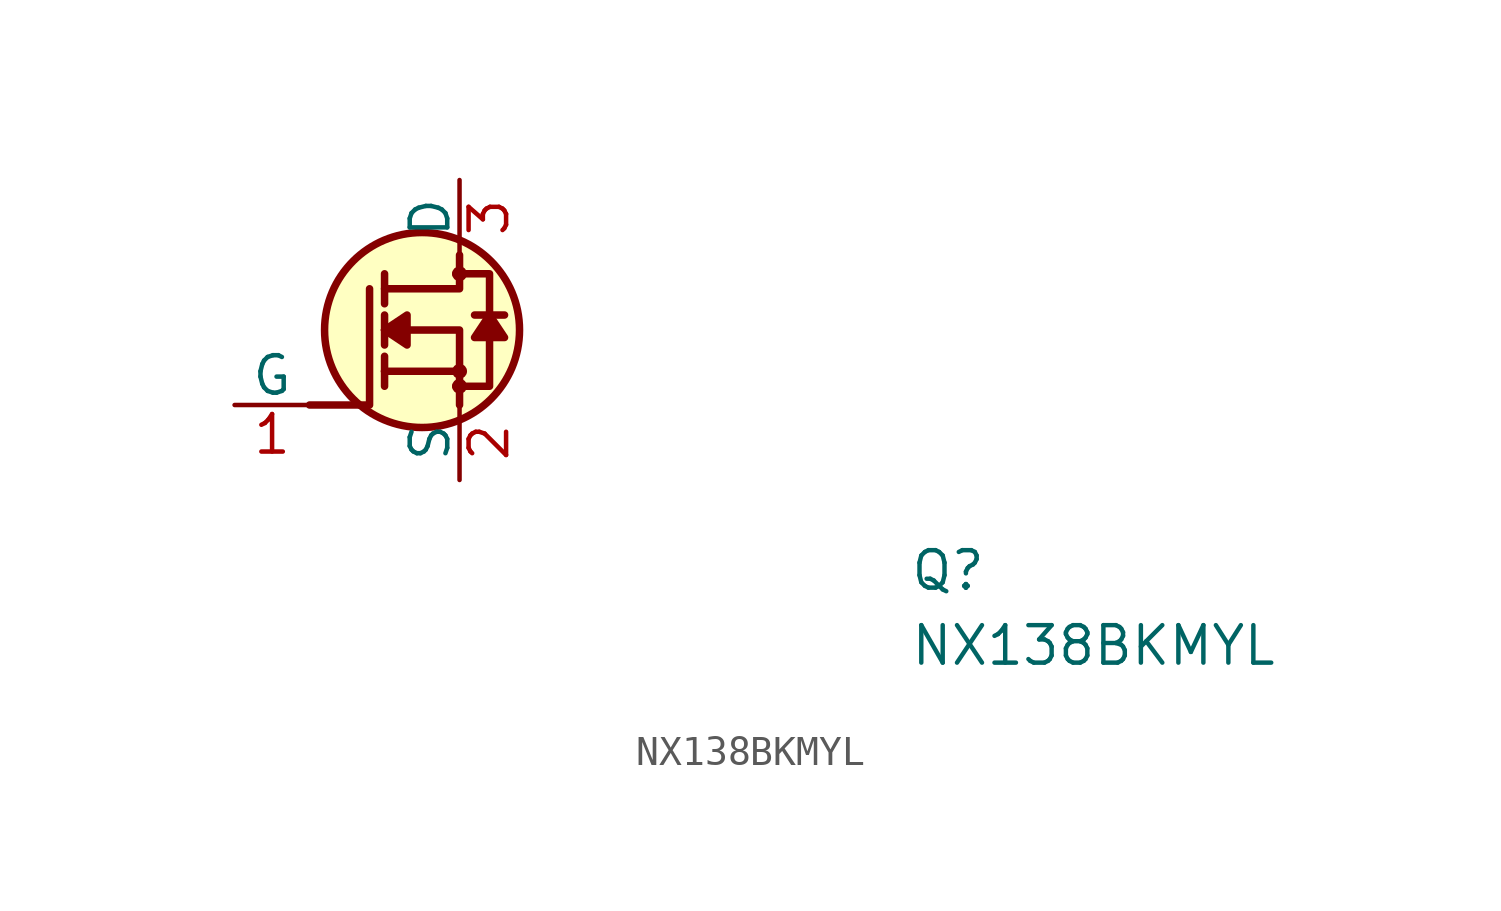
<source format=kicad_sym>
(kicad_symbol_lib
  (version 20211014)
  (generator kicad_symbol_editor)
  (symbol "NX138BKMYL"
    (pin_names
      (offset 0))
    (property "Reference" "Q"
      (at 22.86 -6.35 0)
      (effects (font (size 1.27 1.27) (thickness 0.15)) (justify left bottom)))
    (property "Value" "NX138BKMYL"
      (at 22.86 -8.89 0)
      (effects (font (size 1.27 1.27) (thickness 0.15)) (justify left bottom)))
    (symbol "NX138BKMYL_1_1"
      (polyline (pts (xy 5.08 1.143) (xy 5.08 0.635)) (stroke (width 0.254) (type default) (color 0 0 0 0)) (fill (type background)))
      (polyline (pts (xy 5.08 1.143) (xy 5.08 1.651)) (stroke (width 0.254) (type default) (color 0 0 0 0)) (fill (type background)))
      (polyline (pts (xy 5.08 2.54) (xy 5.08 2.032)) (stroke (width 0.254) (type default) (color 0 0 0 0)) (fill (type background)))
      (polyline (pts (xy 5.08 2.54) (xy 5.08 3.048)) (stroke (width 0.254) (type default) (color 0 0 0 0)) (fill (type background)))
      (polyline (pts (xy 5.08 4.445) (xy 5.08 3.429)) (stroke (width 0.254) (type default) (color 0 0 0 0)) (fill (type background)))
      (polyline (pts (xy 7.62 1.143) (xy 5.08 1.143)) (stroke (width 0.254) (type default) (color 0 0 0 0)) (fill (type background)))
      (polyline (pts (xy 9.144 3.048) (xy 8.128 3.048)) (stroke (width 0.254) (type default) (color 0 0 0 0)) (fill (type background)))
      (polyline (pts (xy 2.54 0) (xy 4.572 0) (xy 4.572 3.937)) (stroke (width 0.254) (type default) (color 0 0 0 0)) (fill (type none)))
      (polyline (pts (xy 7.62 0) (xy 7.62 2.54) (xy 5.08 2.54)) (stroke (width 0.254) (type default) (color 0 0 0 0)) (fill (type background)))
      (polyline (pts (xy 7.62 5.08) (xy 7.62 3.937) (xy 5.08 3.937)) (stroke (width 0.254) (type default) (color 0 0 0 0)) (fill (type background)))
      (polyline (pts (xy 5.08 2.54) (xy 5.842 3.048) (xy 5.842 2.032) (xy 5.08 2.54)) (stroke (width 0.254) (type default) (color 0 0 0 0)) (fill (type outline)))
      (polyline (pts (xy 8.636 3.048) (xy 8.128 2.286) (xy 9.144 2.286) (xy 8.636 3.048)) (stroke (width 0.254) (type default) (color 0 0 0 0)) (fill (type outline)))
      (polyline (pts (xy 7.493 0.635) (xy 8.636 0.635) (xy 8.636 3.937) (xy 8.636 4.445) (xy 7.493 4.445)) (stroke (width 0.254) (type default) (color 0 0 0 0)) (fill (type background)))
      (circle (center 6.35 2.54) (radius 3.302) (stroke (width 0.254) (type default) (color 0 0 0 0)) (fill (type background)))
      (circle (center 7.62 0.635) (radius 0.127) (stroke (width 0.254) (type default) (color 0 0 0 0)) (fill (type background)))
      (circle (center 7.62 1.143) (radius 0.127) (stroke (width 0.254) (type default) (color 0 0 0 0)) (fill (type background)))
      (circle (center 7.62 4.445) (radius 0.127) (stroke (width 0.254) (type default) (color 0 0 0 0)) (fill (type background)))
      (pin bidirectional line (at 0 0 0) (length 2.54) (name "G" (effects (font (size 1.27 1.27)))) (number "1" (effects (font (size 1.27 1.27)))))
      (pin bidirectional line (at 7.62 -2.54 90) (length 2.54) (name "S" (effects (font (size 1.27 1.27)))) (number "2" (effects (font (size 1.27 1.27)))))
      (pin bidirectional line (at 7.62 7.62 270) (length 2.54) (name "D" (effects (font (size 1.27 1.27)))) (number "3" (effects (font (size 1.27 1.27))))))))
</source>
